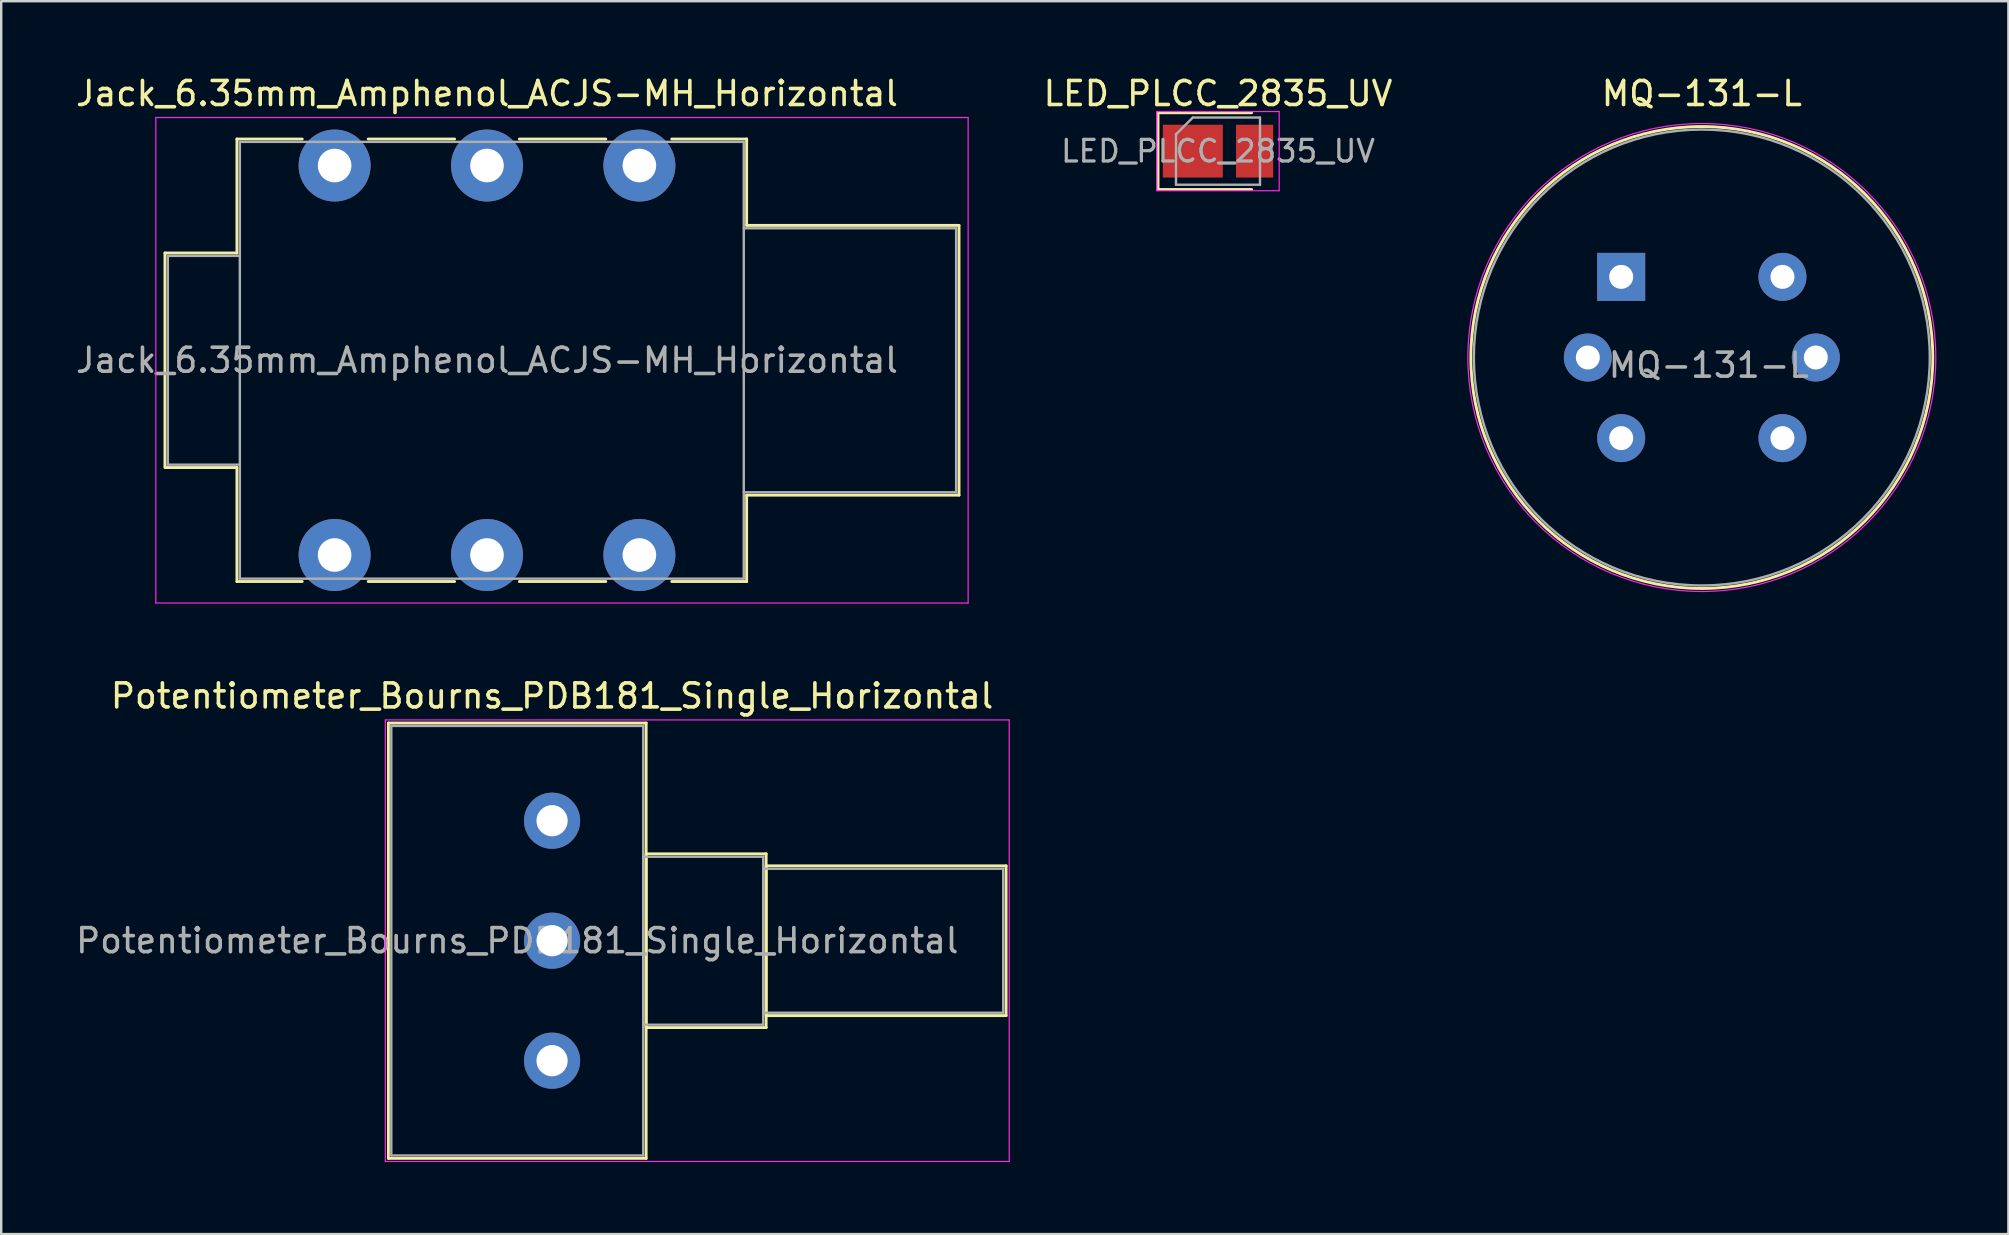
<source format=kicad_pcb>
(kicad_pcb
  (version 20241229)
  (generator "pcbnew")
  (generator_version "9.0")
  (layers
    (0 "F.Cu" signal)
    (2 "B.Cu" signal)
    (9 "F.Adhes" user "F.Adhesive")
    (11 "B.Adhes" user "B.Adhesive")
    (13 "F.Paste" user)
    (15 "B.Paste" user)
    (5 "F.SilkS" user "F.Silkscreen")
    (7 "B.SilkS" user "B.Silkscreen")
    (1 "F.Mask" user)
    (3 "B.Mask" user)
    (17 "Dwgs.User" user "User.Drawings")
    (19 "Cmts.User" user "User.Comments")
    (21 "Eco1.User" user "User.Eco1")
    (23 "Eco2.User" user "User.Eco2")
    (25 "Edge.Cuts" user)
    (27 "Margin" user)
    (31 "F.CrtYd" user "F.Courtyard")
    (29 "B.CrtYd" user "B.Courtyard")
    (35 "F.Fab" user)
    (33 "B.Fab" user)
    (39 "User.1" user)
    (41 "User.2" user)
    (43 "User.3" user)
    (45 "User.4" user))
  (footprint "Jack_6.35mm_Amphenol_ACJS-MH_Horizontal"
    (layer "F.Cu")
    (at 10.894 3.848)
    (property "Reference" "Jack_6.35mm_Amphenol_ACJS-MH_Horizontal" (at 6.35 -3 0) (layer "F.SilkS") (effects (font (size 1 1) (thickness 0.15))))
    (attr through_hole)
    (fp_line (start -7.07 3.645) (end -4.07 3.645) (stroke (width 0.12) (type solid)) (layer "F.SilkS"))
    (fp_line (start -7.07 12.545) (end -7.07 3.645) (stroke (width 0.12) (type solid)) (layer "F.SilkS"))
    (fp_line (start -7.07 12.585) (end -4.07 12.585) (stroke (width 0.12) (type solid)) (layer "F.SilkS"))
    (fp_line (start -4.07 -1.105) (end -1.35 -1.105) (stroke (width 0.12) (type solid)) (layer "F.SilkS"))
    (fp_line (start -4.07 3.645) (end -4.07 -1.105) (stroke (width 0.12) (type solid)) (layer "F.SilkS"))
    (fp_line (start -4.07 17.335) (end -4.07 12.585) (stroke (width 0.12) (type solid)) (layer "F.SilkS"))
    (fp_line (start -1.35 17.335) (end -4.07 17.335) (stroke (width 0.12) (type solid)) (layer "F.SilkS"))
    (fp_line (start 1.4 -1.105) (end 5 -1.105) (stroke (width 0.12) (type solid)) (layer "F.SilkS"))
    (fp_line (start 5 17.335) (end 1.4 17.335) (stroke (width 0.12) (type solid)) (layer "F.SilkS"))
    (fp_line (start 7.7 -1.105) (end 11.3 -1.105) (stroke (width 0.12) (type solid)) (layer "F.SilkS"))
    (fp_line (start 11.3 17.335) (end 7.7 17.335) (stroke (width 0.12) (type solid)) (layer "F.SilkS"))
    (fp_line (start 17.17 -1.105) (end 14.05 -1.105) (stroke (width 0.12) (type solid)) (layer "F.SilkS"))
    (fp_line (start 17.17 2.495) (end 17.17 -1.105) (stroke (width 0.12) (type solid)) (layer "F.SilkS"))
    (fp_line (start 17.17 2.495) (end 26.02 2.495) (stroke (width 0.12) (type solid)) (layer "F.SilkS"))
    (fp_line (start 17.17 13.735) (end 26.02 13.735) (stroke (width 0.12) (type solid)) (layer "F.SilkS"))
    (fp_line (start 17.17 17.335) (end 14.05 17.335) (stroke (width 0.12) (type solid)) (layer "F.SilkS"))
    (fp_line (start 17.17 17.335) (end 17.17 13.735) (stroke (width 0.12) (type solid)) (layer "F.SilkS"))
    (fp_line (start 26.02 13.735) (end 26.02 2.495) (stroke (width 0.12) (type solid)) (layer "F.SilkS"))
    (fp_line (start -7.45 18.23) (end -7.45 -2) (stroke (width 0.05) (type solid)) (layer "F.CrtYd"))
    (fp_line (start -7.45 18.23) (end 26.4 18.23) (stroke (width 0.05) (type solid)) (layer "F.CrtYd"))
    (fp_line (start 26.4 -2) (end -7.45 -2) (stroke (width 0.05) (type solid)) (layer "F.CrtYd"))
    (fp_line (start 26.4 18.23) (end 26.4 -2) (stroke (width 0.05) (type solid)) (layer "F.CrtYd"))
    (fp_line (start -6.95 3.765) (end -3.95 3.765) (stroke (width 0.1) (type solid)) (layer "F.Fab"))
    (fp_line (start -6.95 12.465) (end -6.95 3.765) (stroke (width 0.1) (type solid)) (layer "F.Fab"))
    (fp_line (start -6.95 12.465) (end -3.95 12.465) (stroke (width 0.1) (type solid)) (layer "F.Fab"))
    (fp_line (start -3.95 17.215) (end -3.95 -0.985) (stroke (width 0.1) (type solid)) (layer "F.Fab"))
    (fp_line (start 17.05 -0.985) (end -3.95 -0.985) (stroke (width 0.1) (type solid)) (layer "F.Fab"))
    (fp_line (start 17.05 17.215) (end -3.95 17.215) (stroke (width 0.1) (type solid)) (layer "F.Fab"))
    (fp_line (start 17.05 17.215) (end 17.05 -0.985) (stroke (width 0.1) (type solid)) (layer "F.Fab"))
    (fp_line (start 25.9 2.615) (end 17.05 2.615) (stroke (width 0.1) (type solid)) (layer "F.Fab"))
    (fp_line (start 25.9 13.615) (end 17.05 13.615) (stroke (width 0.1) (type solid)) (layer "F.Fab"))
    (fp_line (start 25.9 13.615) (end 25.9 2.615) (stroke (width 0.1) (type solid)) (layer "F.Fab"))
    (fp_text user "${REFERENCE}" (at 6.35 8.115 0) (layer "F.Fab") (effects (font (size 1 1) (thickness 0.15))))
    (pad "R" thru_hole circle (at 6.35 0) (size 3 3) (drill 1.4) (layers "*.Cu" "*.Mask"))
    (pad "RN" thru_hole circle (at 6.35 16.23) (size 3 3) (drill 1.4) (layers "*.Cu" "*.Mask"))
    (pad "S" thru_hole circle (at 12.7 0) (size 3 3) (drill 1.4) (layers "*.Cu" "*.Mask"))
    (pad "SN" thru_hole circle (at 12.7 16.23) (size 3 3) (drill 1.4) (layers "*.Cu" "*.Mask"))
    (pad "T" thru_hole circle (at 0 0) (size 3 3) (drill 1.4) (layers "*.Cu" "*.Mask"))
    (pad "TN" thru_hole circle (at 0 16.23) (size 3 3) (drill 1.4) (layers "*.Cu" "*.Mask")))
  (footprint "MQ-131-L"
    (layer "F.Cu")
    (at 67.868 11.848)
    (property "Reference" "MQ-131-L" (at 0 -11 0) (layer "F.SilkS") (effects (font (size 1 1) (thickness 0.15))))
    (attr through_hole)
    (fp_circle (center 0 0) (end 9.625 0) (stroke (width 0.12) (type solid)) (fill no) (layer "F.SilkS"))
    (fp_circle (center 0 0) (end 9.75 0) (stroke (width 0.05) (type solid)) (fill no) (layer "F.CrtYd"))
    (fp_circle (center 0 0) (end 9.5 0) (stroke (width 0.1) (type solid)) (fill no) (layer "F.Fab"))
    (fp_text user "${REFERENCE}" (at 0.29 0.32 0) (layer "F.Fab") (effects (font (size 1 1) (thickness 0.15))))
    (pad "1" thru_hole rect (at -3.36 -3.36) (size 2 2) (drill 1) (layers "*.Cu" "*.Mask"))
    (pad "2" thru_hole circle (at -4.75 0) (size 2 2) (drill 1) (layers "*.Cu" "*.Mask"))
    (pad "3" thru_hole circle (at -3.36 3.36 90) (size 2 2) (drill 1) (layers "*.Cu" "*.Mask"))
    (pad "4" thru_hole circle (at 3.36 3.36 180) (size 2 2) (drill 1) (layers "*.Cu" "*.Mask"))
    (pad "5" thru_hole circle (at 4.75 0) (size 2 2) (drill 1) (layers "*.Cu" "*.Mask"))
    (pad "6" thru_hole circle (at 3.36 -3.36 270) (size 2 2) (drill 1) (layers "*.Cu" "*.Mask")))
  (footprint "Potentiometer_Bourns_PDB181_Single_Horizontal"
    (layer "F.Cu")
    (at 19.956 41.151)
    (property "Reference" "Potentiometer_Bourns_PDB181_Single_Horizontal" (at 0 -15.2 0) (layer "F.SilkS") (effects (font (size 1 1) (thickness 0.15))))
    (attr through_hole)
    (fp_line (start -6.82 -14.07) (end -6.82 4.07) (stroke (width 0.12) (type solid)) (layer "F.SilkS"))
    (fp_line (start -6.82 -14.07) (end 3.92 -14.07) (stroke (width 0.12) (type solid)) (layer "F.SilkS"))
    (fp_line (start -6.82 4.07) (end 3.92 4.07) (stroke (width 0.12) (type solid)) (layer "F.SilkS"))
    (fp_line (start 3.92 -14.07) (end 3.92 4.07) (stroke (width 0.12) (type solid)) (layer "F.SilkS"))
    (fp_line (start 3.92 -8.62) (end 3.92 -1.38) (stroke (width 0.12) (type solid)) (layer "F.SilkS"))
    (fp_line (start 3.92 -8.62) (end 8.92 -8.62) (stroke (width 0.12) (type solid)) (layer "F.SilkS"))
    (fp_line (start 3.92 -1.38) (end 8.92 -1.38) (stroke (width 0.12) (type solid)) (layer "F.SilkS"))
    (fp_line (start 8.92 -8.62) (end 8.92 -1.38) (stroke (width 0.12) (type solid)) (layer "F.SilkS"))
    (fp_line (start 8.92 -8.12) (end 8.92 -1.879) (stroke (width 0.12) (type solid)) (layer "F.SilkS"))
    (fp_line (start 8.92 -8.12) (end 18.92 -8.12) (stroke (width 0.12) (type solid)) (layer "F.SilkS"))
    (fp_line (start 8.92 -1.879) (end 18.92 -1.879) (stroke (width 0.12) (type solid)) (layer "F.SilkS"))
    (fp_line (start 18.92 -8.12) (end 18.92 -1.879) (stroke (width 0.12) (type solid)) (layer "F.SilkS"))
    (fp_line (start -6.95 -14.2) (end -6.95 4.2) (stroke (width 0.05) (type solid)) (layer "F.CrtYd"))
    (fp_line (start -6.95 4.2) (end 19.05 4.2) (stroke (width 0.05) (type solid)) (layer "F.CrtYd"))
    (fp_line (start 19.05 -14.2) (end -6.95 -14.2) (stroke (width 0.05) (type solid)) (layer "F.CrtYd"))
    (fp_line (start 19.05 4.2) (end 19.05 -14.2) (stroke (width 0.05) (type solid)) (layer "F.CrtYd"))
    (fp_line (start -6.7 -13.95) (end -6.7 3.95) (stroke (width 0.1) (type solid)) (layer "F.Fab"))
    (fp_line (start -6.7 3.95) (end 3.8 3.95) (stroke (width 0.1) (type solid)) (layer "F.Fab"))
    (fp_line (start 3.8 -13.95) (end -6.7 -13.95) (stroke (width 0.1) (type solid)) (layer "F.Fab"))
    (fp_line (start 3.8 -8.5) (end 3.8 -1.5) (stroke (width 0.1) (type solid)) (layer "F.Fab"))
    (fp_line (start 3.8 -1.5) (end 8.8 -1.5) (stroke (width 0.1) (type solid)) (layer "F.Fab"))
    (fp_line (start 3.8 3.95) (end 3.8 -13.95) (stroke (width 0.1) (type solid)) (layer "F.Fab"))
    (fp_line (start 8.8 -8.5) (end 3.8 -8.5) (stroke (width 0.1) (type solid)) (layer "F.Fab"))
    (fp_line (start 8.8 -8) (end 8.8 -2) (stroke (width 0.1) (type solid)) (layer "F.Fab"))
    (fp_line (start 8.8 -2) (end 18.8 -2) (stroke (width 0.1) (type solid)) (layer "F.Fab"))
    (fp_line (start 8.8 -1.5) (end 8.8 -8.5) (stroke (width 0.1) (type solid)) (layer "F.Fab"))
    (fp_line (start 18.8 -8) (end 8.8 -8) (stroke (width 0.1) (type solid)) (layer "F.Fab"))
    (fp_line (start 18.8 -2) (end 18.8 -8) (stroke (width 0.1) (type solid)) (layer "F.Fab"))
    (fp_text user "${REFERENCE}" (at -1.45 -5 0) (layer "F.Fab") (effects (font (size 1 1) (thickness 0.15))))
    (pad "1" thru_hole circle (at 0 0) (size 2.34 2.34) (drill 1.3) (layers "*.Cu" "*.Mask"))
    (pad "2" thru_hole circle (at 0 -5) (size 2.34 2.34) (drill 1.3) (layers "*.Cu" "*.Mask"))
    (pad "3" thru_hole circle (at 0 -10) (size 2.34 2.34) (drill 1.3) (layers "*.Cu" "*.Mask")))
  (footprint "LED_PLCC_2835_UV"
    (layer "F.Cu")
    (at 47.706 3.248)
    (property "Reference" "LED_PLCC_2835_UV" (at 0 -2.4 0) (layer "F.SilkS") (effects (font (size 1 1) (thickness 0.15))))
    (attr smd)
    (fp_line (start -2.5 -1.6) (end -2.5 1.6) (stroke (width 0.12) (type solid)) (layer "F.SilkS"))
    (fp_line (start 1.4 -1.6) (end -2.5 -1.6) (stroke (width 0.12) (type solid)) (layer "F.SilkS"))
    (fp_line (start 1.4 1.6) (end -2.5 1.6) (stroke (width 0.12) (type solid)) (layer "F.SilkS"))
    (fp_line (start -2.55 -1.65) (end 2.55 -1.65) (stroke (width 0.05) (type solid)) (layer "F.CrtYd"))
    (fp_line (start -2.55 1.65) (end -2.55 -1.65) (stroke (width 0.05) (type solid)) (layer "F.CrtYd"))
    (fp_line (start 2.55 -1.65) (end 2.55 1.65) (stroke (width 0.05) (type solid)) (layer "F.CrtYd"))
    (fp_line (start 2.55 1.65) (end -2.55 1.65) (stroke (width 0.05) (type solid)) (layer "F.CrtYd"))
    (fp_line (start -1.75 1.4) (end -1.75 -0.7) (stroke (width 0.1) (type solid)) (layer "F.Fab"))
    (fp_line (start -1.05 -1.4) (end -1.75 -0.7) (stroke (width 0.1) (type solid)) (layer "F.Fab"))
    (fp_line (start -1.05 -1.4) (end 1.75 -1.4) (stroke (width 0.1) (type solid)) (layer "F.Fab"))
    (fp_line (start 1.75 -1.4) (end 1.75 1.4) (stroke (width 0.1) (type solid)) (layer "F.Fab"))
    (fp_line (start 1.75 1.4) (end -1.75 1.4) (stroke (width 0.1) (type solid)) (layer "F.Fab"))
    (fp_text user "${REFERENCE}" (at 0 0 0) (layer "F.Fab") (effects (font (size 0.9 0.9) (thickness 0.135))))
    (pad "1" smd rect (at -1.05 0) (size 2.5 2.2) (layers "F.Cu" "F.Mask" "F.Paste"))
    (pad "2" smd rect (at 1.525 0) (size 1.55 2.2) (layers "F.Cu" "F.Mask" "F.Paste")))
  (gr_rect
    (start -3 -3)
    (end 80.643 48.377)
    (stroke (width 0.1) (type default))
    (fill no)
    (layer "Edge.Cuts")))
</source>
